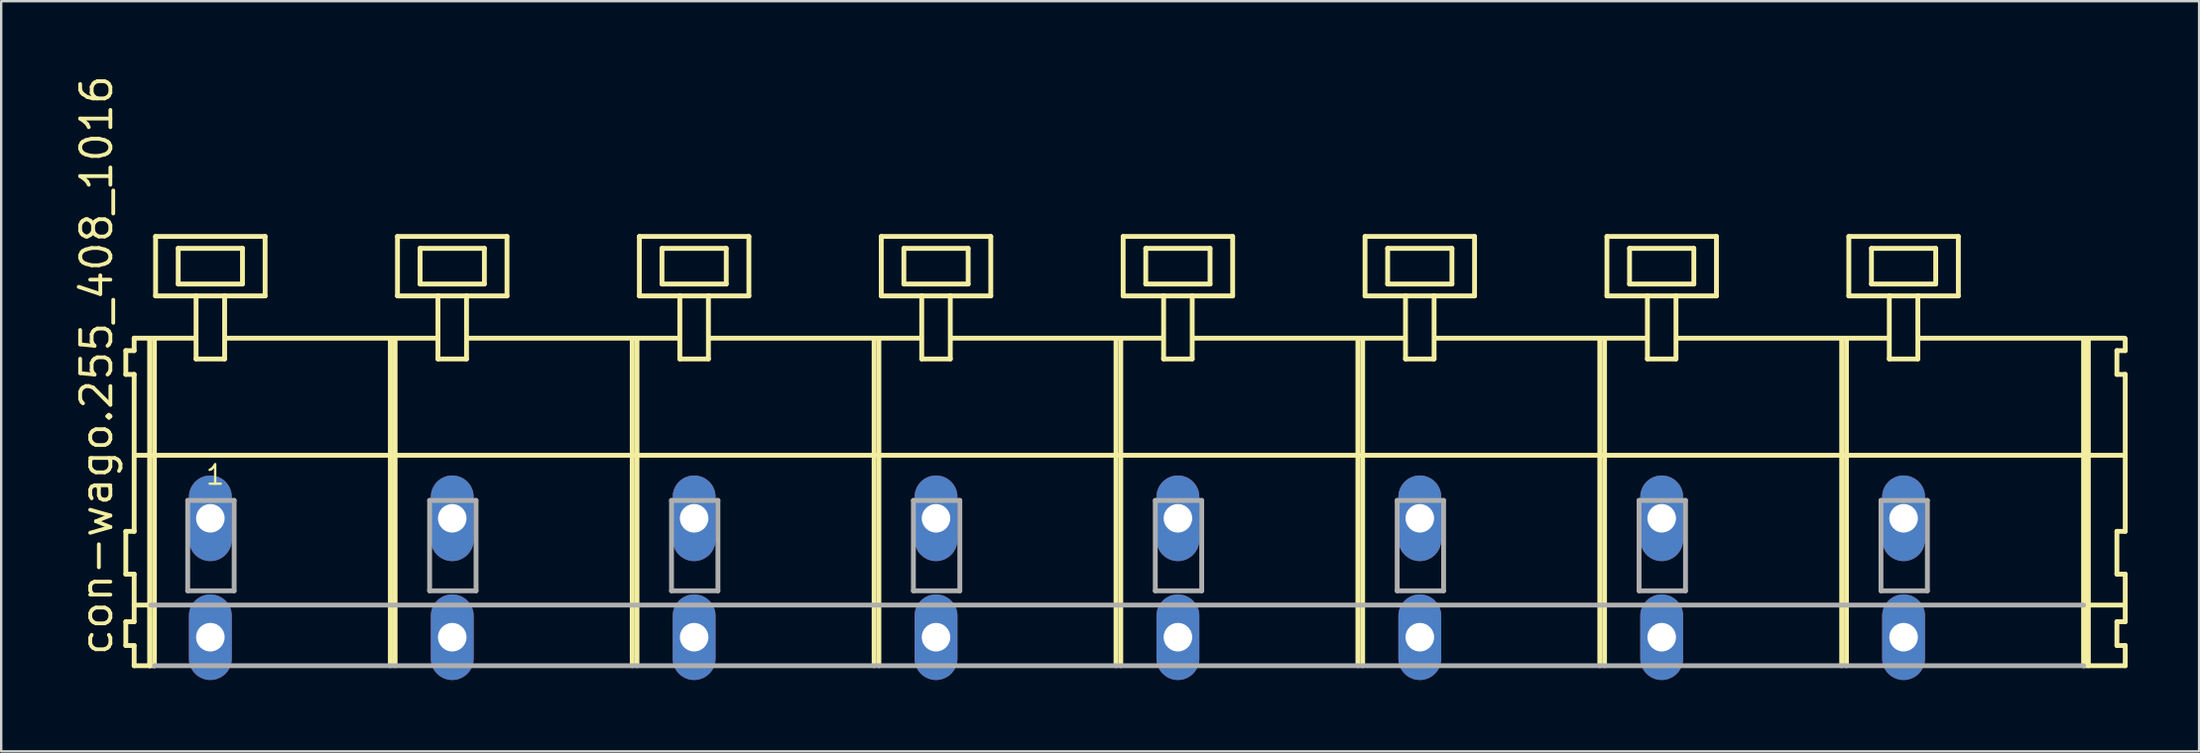
<source format=kicad_pcb>
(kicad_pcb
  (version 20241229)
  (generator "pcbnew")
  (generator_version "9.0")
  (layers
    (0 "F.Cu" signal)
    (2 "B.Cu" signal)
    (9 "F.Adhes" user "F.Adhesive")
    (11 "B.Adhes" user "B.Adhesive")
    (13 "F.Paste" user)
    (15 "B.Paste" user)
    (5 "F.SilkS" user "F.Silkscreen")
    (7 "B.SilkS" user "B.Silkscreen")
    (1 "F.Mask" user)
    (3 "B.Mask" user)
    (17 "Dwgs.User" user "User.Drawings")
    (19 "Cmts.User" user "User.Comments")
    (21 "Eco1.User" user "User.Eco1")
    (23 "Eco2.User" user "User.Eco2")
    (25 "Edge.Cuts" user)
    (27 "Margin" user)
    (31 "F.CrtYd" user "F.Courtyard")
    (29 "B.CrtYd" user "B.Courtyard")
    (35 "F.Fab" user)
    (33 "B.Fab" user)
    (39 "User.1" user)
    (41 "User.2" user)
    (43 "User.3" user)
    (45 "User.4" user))
  (footprint "con-wago.255_408_1016"
    (layer "F.Cu")
    (at 43.885 18.743)
    (property "Reference" "con-wago.255_408_1016" (at -42.135 5.855 90) (layer "F.SilkS") (effects (font (size 1.27 1.27) (thickness 0.16)) (justify left bottom)))
    (attr through_hole)
    (fp_line (start -41.65 -7.05) (end -41.65 -6.05) (stroke (width 0.203) (type default)) (layer "F.SilkS"))
    (fp_line (start -41.65 -6.05) (end -41.3 -6.05) (stroke (width 0.203) (type default)) (layer "F.SilkS"))
    (fp_line (start -41.65 0.55) (end -41.65 2.35) (stroke (width 0.203) (type default)) (layer "F.SilkS"))
    (fp_line (start -41.65 2.35) (end -41.3 2.35) (stroke (width 0.203) (type default)) (layer "F.SilkS"))
    (fp_line (start -41.65 4.35) (end -41.65 5.35) (stroke (width 0.203) (type default)) (layer "F.SilkS"))
    (fp_line (start -41.65 5.35) (end -41.3 5.35) (stroke (width 0.203) (type default)) (layer "F.SilkS"))
    (fp_line (start -41.3 -7.575) (end -41.3 -7.05) (stroke (width 0.203) (type default)) (layer "F.SilkS"))
    (fp_line (start -41.3 -7.575) (end -38.725 -7.575) (stroke (width 0.203) (type default)) (layer "F.SilkS"))
    (fp_line (start -41.3 -7.05) (end -41.65 -7.05) (stroke (width 0.203) (type default)) (layer "F.SilkS"))
    (fp_line (start -41.3 -6.05) (end -41.3 0.55) (stroke (width 0.203) (type default)) (layer "F.SilkS"))
    (fp_line (start -41.3 0.55) (end -41.65 0.55) (stroke (width 0.203) (type default)) (layer "F.SilkS"))
    (fp_line (start -41.3 2.35) (end -41.3 4.35) (stroke (width 0.203) (type default)) (layer "F.SilkS"))
    (fp_line (start -41.3 3.65) (end -40.6 3.65) (stroke (width 0.203) (type default)) (layer "F.SilkS"))
    (fp_line (start -41.3 4.35) (end -41.65 4.35) (stroke (width 0.203) (type default)) (layer "F.SilkS"))
    (fp_line (start -41.3 5.35) (end -41.3 6.2) (stroke (width 0.203) (type default)) (layer "F.SilkS"))
    (fp_line (start -41.3 6.2) (end -40.65 6.2) (stroke (width 0.203) (type default)) (layer "F.SilkS"))
    (fp_line (start -41.25 -2.65) (end 42.28 -2.65) (stroke (width 0.203) (type default)) (layer "F.SilkS"))
    (fp_line (start -40.65 -7.55) (end -40.65 6.2) (stroke (width 0.203) (type default)) (layer "F.SilkS"))
    (fp_line (start -40.65 6.2) (end -40.45 6.2) (stroke (width 0.203) (type default)) (layer "F.SilkS"))
    (fp_line (start -40.45 -7.55) (end -40.45 6.2) (stroke (width 0.203) (type default)) (layer "F.SilkS"))
    (fp_line (start -40.4 -11.85) (end -40.4 -9.35) (stroke (width 0.203) (type default)) (layer "F.SilkS"))
    (fp_line (start -40.4 -9.35) (end -38.7 -9.35) (stroke (width 0.203) (type default)) (layer "F.SilkS"))
    (fp_line (start -39.45 -11.35) (end -39.45 -9.85) (stroke (width 0.203) (type default)) (layer "F.SilkS"))
    (fp_line (start -39.45 -9.85) (end -36.75 -9.85) (stroke (width 0.203) (type default)) (layer "F.SilkS"))
    (fp_line (start -38.7 -9.35) (end -38.7 -6.7) (stroke (width 0.203) (type default)) (layer "F.SilkS"))
    (fp_line (start -38.7 -9.35) (end -37.5 -9.35) (stroke (width 0.203) (type default)) (layer "F.SilkS"))
    (fp_line (start -38.7 -6.7) (end -37.5 -6.7) (stroke (width 0.203) (type default)) (layer "F.SilkS"))
    (fp_line (start -37.5 -9.35) (end -35.8 -9.35) (stroke (width 0.203) (type default)) (layer "F.SilkS"))
    (fp_line (start -37.5 -6.7) (end -37.5 -9.35) (stroke (width 0.203) (type default)) (layer "F.SilkS"))
    (fp_line (start -37.475 -7.575) (end -28.561 -7.575) (stroke (width 0.203) (type default)) (layer "F.SilkS"))
    (fp_line (start -36.75 -11.35) (end -39.45 -11.35) (stroke (width 0.203) (type default)) (layer "F.SilkS"))
    (fp_line (start -36.75 -9.85) (end -36.75 -11.35) (stroke (width 0.203) (type default)) (layer "F.SilkS"))
    (fp_line (start -35.8 -11.85) (end -40.4 -11.85) (stroke (width 0.203) (type default)) (layer "F.SilkS"))
    (fp_line (start -35.8 -9.35) (end -35.8 -11.85) (stroke (width 0.203) (type default)) (layer "F.SilkS"))
    (fp_line (start -30.54 -7.55) (end -30.54 6.2) (stroke (width 0.203) (type default)) (layer "F.SilkS"))
    (fp_line (start -30.34 -7.55) (end -30.34 6.2) (stroke (width 0.203) (type default)) (layer "F.SilkS"))
    (fp_line (start -30.24 -11.85) (end -30.24 -9.35) (stroke (width 0.203) (type default)) (layer "F.SilkS"))
    (fp_line (start -30.24 -9.35) (end -28.54 -9.35) (stroke (width 0.203) (type default)) (layer "F.SilkS"))
    (fp_line (start -29.29 -11.35) (end -29.29 -9.85) (stroke (width 0.203) (type default)) (layer "F.SilkS"))
    (fp_line (start -29.29 -9.85) (end -26.59 -9.85) (stroke (width 0.203) (type default)) (layer "F.SilkS"))
    (fp_line (start -28.54 -9.35) (end -28.54 -6.7) (stroke (width 0.203) (type default)) (layer "F.SilkS"))
    (fp_line (start -28.54 -9.35) (end -27.34 -9.35) (stroke (width 0.203) (type default)) (layer "F.SilkS"))
    (fp_line (start -28.54 -6.7) (end -27.34 -6.7) (stroke (width 0.203) (type default)) (layer "F.SilkS"))
    (fp_line (start -27.34 -9.35) (end -25.64 -9.35) (stroke (width 0.203) (type default)) (layer "F.SilkS"))
    (fp_line (start -27.34 -6.7) (end -27.34 -9.35) (stroke (width 0.203) (type default)) (layer "F.SilkS"))
    (fp_line (start -27.315 -7.575) (end -18.401 -7.575) (stroke (width 0.203) (type default)) (layer "F.SilkS"))
    (fp_line (start -26.59 -11.35) (end -29.29 -11.35) (stroke (width 0.203) (type default)) (layer "F.SilkS"))
    (fp_line (start -26.59 -9.85) (end -26.59 -11.35) (stroke (width 0.203) (type default)) (layer "F.SilkS"))
    (fp_line (start -25.64 -11.85) (end -30.24 -11.85) (stroke (width 0.203) (type default)) (layer "F.SilkS"))
    (fp_line (start -25.64 -9.35) (end -25.64 -11.85) (stroke (width 0.203) (type default)) (layer "F.SilkS"))
    (fp_line (start -20.38 -7.55) (end -20.38 6.2) (stroke (width 0.203) (type default)) (layer "F.SilkS"))
    (fp_line (start -20.18 -7.55) (end -20.18 6.2) (stroke (width 0.203) (type default)) (layer "F.SilkS"))
    (fp_line (start -20.08 -11.85) (end -20.08 -9.35) (stroke (width 0.203) (type default)) (layer "F.SilkS"))
    (fp_line (start -20.08 -9.35) (end -18.38 -9.35) (stroke (width 0.203) (type default)) (layer "F.SilkS"))
    (fp_line (start -19.13 -11.35) (end -19.13 -9.85) (stroke (width 0.203) (type default)) (layer "F.SilkS"))
    (fp_line (start -19.13 -9.85) (end -16.43 -9.85) (stroke (width 0.203) (type default)) (layer "F.SilkS"))
    (fp_line (start -18.38 -9.35) (end -18.38 -6.7) (stroke (width 0.203) (type default)) (layer "F.SilkS"))
    (fp_line (start -18.38 -9.35) (end -17.18 -9.35) (stroke (width 0.203) (type default)) (layer "F.SilkS"))
    (fp_line (start -18.38 -6.7) (end -17.18 -6.7) (stroke (width 0.203) (type default)) (layer "F.SilkS"))
    (fp_line (start -17.18 -9.35) (end -15.48 -9.35) (stroke (width 0.203) (type default)) (layer "F.SilkS"))
    (fp_line (start -17.18 -6.7) (end -17.18 -9.35) (stroke (width 0.203) (type default)) (layer "F.SilkS"))
    (fp_line (start -17.155 -7.575) (end -8.241 -7.575) (stroke (width 0.203) (type default)) (layer "F.SilkS"))
    (fp_line (start -16.43 -11.35) (end -19.13 -11.35) (stroke (width 0.203) (type default)) (layer "F.SilkS"))
    (fp_line (start -16.43 -9.85) (end -16.43 -11.35) (stroke (width 0.203) (type default)) (layer "F.SilkS"))
    (fp_line (start -15.48 -11.85) (end -20.08 -11.85) (stroke (width 0.203) (type default)) (layer "F.SilkS"))
    (fp_line (start -15.48 -9.35) (end -15.48 -11.85) (stroke (width 0.203) (type default)) (layer "F.SilkS"))
    (fp_line (start -10.22 -7.55) (end -10.22 6.2) (stroke (width 0.203) (type default)) (layer "F.SilkS"))
    (fp_line (start -10.02 -7.55) (end -10.02 6.2) (stroke (width 0.203) (type default)) (layer "F.SilkS"))
    (fp_line (start -9.92 -11.85) (end -9.92 -9.35) (stroke (width 0.203) (type default)) (layer "F.SilkS"))
    (fp_line (start -9.92 -9.35) (end -8.22 -9.35) (stroke (width 0.203) (type default)) (layer "F.SilkS"))
    (fp_line (start -8.97 -11.35) (end -8.97 -9.85) (stroke (width 0.203) (type default)) (layer "F.SilkS"))
    (fp_line (start -8.97 -9.85) (end -6.27 -9.85) (stroke (width 0.203) (type default)) (layer "F.SilkS"))
    (fp_line (start -8.22 -9.35) (end -8.22 -6.7) (stroke (width 0.203) (type default)) (layer "F.SilkS"))
    (fp_line (start -8.22 -9.35) (end -7.02 -9.35) (stroke (width 0.203) (type default)) (layer "F.SilkS"))
    (fp_line (start -8.22 -6.7) (end -7.02 -6.7) (stroke (width 0.203) (type default)) (layer "F.SilkS"))
    (fp_line (start -7.02 -9.35) (end -5.32 -9.35) (stroke (width 0.203) (type default)) (layer "F.SilkS"))
    (fp_line (start -7.02 -6.7) (end -7.02 -9.35) (stroke (width 0.203) (type default)) (layer "F.SilkS"))
    (fp_line (start -6.995 -7.575) (end 1.919 -7.575) (stroke (width 0.203) (type default)) (layer "F.SilkS"))
    (fp_line (start -6.27 -11.35) (end -8.97 -11.35) (stroke (width 0.203) (type default)) (layer "F.SilkS"))
    (fp_line (start -6.27 -9.85) (end -6.27 -11.35) (stroke (width 0.203) (type default)) (layer "F.SilkS"))
    (fp_line (start -5.32 -11.85) (end -9.92 -11.85) (stroke (width 0.203) (type default)) (layer "F.SilkS"))
    (fp_line (start -5.32 -9.35) (end -5.32 -11.85) (stroke (width 0.203) (type default)) (layer "F.SilkS"))
    (fp_line (start -0.06 -7.55) (end -0.06 6.2) (stroke (width 0.203) (type default)) (layer "F.SilkS"))
    (fp_line (start 0.14 -7.55) (end 0.14 6.2) (stroke (width 0.203) (type default)) (layer "F.SilkS"))
    (fp_line (start 0.24 -11.85) (end 0.24 -9.35) (stroke (width 0.203) (type default)) (layer "F.SilkS"))
    (fp_line (start 0.24 -9.35) (end 1.94 -9.35) (stroke (width 0.203) (type default)) (layer "F.SilkS"))
    (fp_line (start 1.19 -11.35) (end 1.19 -9.85) (stroke (width 0.203) (type default)) (layer "F.SilkS"))
    (fp_line (start 1.19 -9.85) (end 3.89 -9.85) (stroke (width 0.203) (type default)) (layer "F.SilkS"))
    (fp_line (start 1.94 -9.35) (end 1.94 -6.7) (stroke (width 0.203) (type default)) (layer "F.SilkS"))
    (fp_line (start 1.94 -9.35) (end 3.14 -9.35) (stroke (width 0.203) (type default)) (layer "F.SilkS"))
    (fp_line (start 1.94 -6.7) (end 3.14 -6.7) (stroke (width 0.203) (type default)) (layer "F.SilkS"))
    (fp_line (start 3.14 -9.35) (end 4.84 -9.35) (stroke (width 0.203) (type default)) (layer "F.SilkS"))
    (fp_line (start 3.14 -6.7) (end 3.14 -9.35) (stroke (width 0.203) (type default)) (layer "F.SilkS"))
    (fp_line (start 3.165 -7.575) (end 12.079 -7.575) (stroke (width 0.203) (type default)) (layer "F.SilkS"))
    (fp_line (start 3.89 -11.35) (end 1.19 -11.35) (stroke (width 0.203) (type default)) (layer "F.SilkS"))
    (fp_line (start 3.89 -9.85) (end 3.89 -11.35) (stroke (width 0.203) (type default)) (layer "F.SilkS"))
    (fp_line (start 4.84 -11.85) (end 0.24 -11.85) (stroke (width 0.203) (type default)) (layer "F.SilkS"))
    (fp_line (start 4.84 -9.35) (end 4.84 -11.85) (stroke (width 0.203) (type default)) (layer "F.SilkS"))
    (fp_line (start 10.1 -7.55) (end 10.1 6.2) (stroke (width 0.203) (type default)) (layer "F.SilkS"))
    (fp_line (start 10.3 -7.55) (end 10.3 6.2) (stroke (width 0.203) (type default)) (layer "F.SilkS"))
    (fp_line (start 10.4 -11.85) (end 10.4 -9.35) (stroke (width 0.203) (type default)) (layer "F.SilkS"))
    (fp_line (start 10.4 -9.35) (end 12.1 -9.35) (stroke (width 0.203) (type default)) (layer "F.SilkS"))
    (fp_line (start 11.35 -11.35) (end 11.35 -9.85) (stroke (width 0.203) (type default)) (layer "F.SilkS"))
    (fp_line (start 11.35 -9.85) (end 14.05 -9.85) (stroke (width 0.203) (type default)) (layer "F.SilkS"))
    (fp_line (start 12.1 -9.35) (end 12.1 -6.7) (stroke (width 0.203) (type default)) (layer "F.SilkS"))
    (fp_line (start 12.1 -9.35) (end 13.3 -9.35) (stroke (width 0.203) (type default)) (layer "F.SilkS"))
    (fp_line (start 12.1 -6.7) (end 13.3 -6.7) (stroke (width 0.203) (type default)) (layer "F.SilkS"))
    (fp_line (start 13.3 -9.35) (end 15 -9.35) (stroke (width 0.203) (type default)) (layer "F.SilkS"))
    (fp_line (start 13.3 -6.7) (end 13.3 -9.35) (stroke (width 0.203) (type default)) (layer "F.SilkS"))
    (fp_line (start 13.325 -7.575) (end 22.239 -7.575) (stroke (width 0.203) (type default)) (layer "F.SilkS"))
    (fp_line (start 14.05 -11.35) (end 11.35 -11.35) (stroke (width 0.203) (type default)) (layer "F.SilkS"))
    (fp_line (start 14.05 -9.85) (end 14.05 -11.35) (stroke (width 0.203) (type default)) (layer "F.SilkS"))
    (fp_line (start 15 -11.85) (end 10.4 -11.85) (stroke (width 0.203) (type default)) (layer "F.SilkS"))
    (fp_line (start 15 -9.35) (end 15 -11.85) (stroke (width 0.203) (type default)) (layer "F.SilkS"))
    (fp_line (start 20.26 -7.55) (end 20.26 6.2) (stroke (width 0.203) (type default)) (layer "F.SilkS"))
    (fp_line (start 20.46 -7.55) (end 20.46 6.2) (stroke (width 0.203) (type default)) (layer "F.SilkS"))
    (fp_line (start 20.56 -11.85) (end 20.56 -9.35) (stroke (width 0.203) (type default)) (layer "F.SilkS"))
    (fp_line (start 20.56 -9.35) (end 22.26 -9.35) (stroke (width 0.203) (type default)) (layer "F.SilkS"))
    (fp_line (start 21.51 -11.35) (end 21.51 -9.85) (stroke (width 0.203) (type default)) (layer "F.SilkS"))
    (fp_line (start 21.51 -9.85) (end 24.21 -9.85) (stroke (width 0.203) (type default)) (layer "F.SilkS"))
    (fp_line (start 22.26 -9.35) (end 22.26 -6.7) (stroke (width 0.203) (type default)) (layer "F.SilkS"))
    (fp_line (start 22.26 -9.35) (end 23.46 -9.35) (stroke (width 0.203) (type default)) (layer "F.SilkS"))
    (fp_line (start 22.26 -6.7) (end 23.46 -6.7) (stroke (width 0.203) (type default)) (layer "F.SilkS"))
    (fp_line (start 23.46 -9.35) (end 25.16 -9.35) (stroke (width 0.203) (type default)) (layer "F.SilkS"))
    (fp_line (start 23.46 -6.7) (end 23.46 -9.35) (stroke (width 0.203) (type default)) (layer "F.SilkS"))
    (fp_line (start 23.485 -7.575) (end 32.399 -7.575) (stroke (width 0.203) (type default)) (layer "F.SilkS"))
    (fp_line (start 24.21 -11.35) (end 21.51 -11.35) (stroke (width 0.203) (type default)) (layer "F.SilkS"))
    (fp_line (start 24.21 -9.85) (end 24.21 -11.35) (stroke (width 0.203) (type default)) (layer "F.SilkS"))
    (fp_line (start 25.16 -11.85) (end 20.56 -11.85) (stroke (width 0.203) (type default)) (layer "F.SilkS"))
    (fp_line (start 25.16 -9.35) (end 25.16 -11.85) (stroke (width 0.203) (type default)) (layer "F.SilkS"))
    (fp_line (start 30.42 -7.55) (end 30.42 6.2) (stroke (width 0.203) (type default)) (layer "F.SilkS"))
    (fp_line (start 30.62 -7.55) (end 30.62 6.2) (stroke (width 0.203) (type default)) (layer "F.SilkS"))
    (fp_line (start 30.72 -11.85) (end 30.72 -9.35) (stroke (width 0.203) (type default)) (layer "F.SilkS"))
    (fp_line (start 30.72 -9.35) (end 32.42 -9.35) (stroke (width 0.203) (type default)) (layer "F.SilkS"))
    (fp_line (start 31.67 -11.35) (end 31.67 -9.85) (stroke (width 0.203) (type default)) (layer "F.SilkS"))
    (fp_line (start 31.67 -9.85) (end 34.37 -9.85) (stroke (width 0.203) (type default)) (layer "F.SilkS"))
    (fp_line (start 32.42 -9.35) (end 32.42 -6.7) (stroke (width 0.203) (type default)) (layer "F.SilkS"))
    (fp_line (start 32.42 -9.35) (end 33.62 -9.35) (stroke (width 0.203) (type default)) (layer "F.SilkS"))
    (fp_line (start 32.42 -6.7) (end 33.62 -6.7) (stroke (width 0.203) (type default)) (layer "F.SilkS"))
    (fp_line (start 33.62 -9.35) (end 35.32 -9.35) (stroke (width 0.203) (type default)) (layer "F.SilkS"))
    (fp_line (start 33.62 -6.7) (end 33.62 -9.35) (stroke (width 0.203) (type default)) (layer "F.SilkS"))
    (fp_line (start 33.645 -7.575) (end 42.305 -7.575) (stroke (width 0.203) (type default)) (layer "F.SilkS"))
    (fp_line (start 34.37 -11.35) (end 31.67 -11.35) (stroke (width 0.203) (type default)) (layer "F.SilkS"))
    (fp_line (start 34.37 -9.85) (end 34.37 -11.35) (stroke (width 0.203) (type default)) (layer "F.SilkS"))
    (fp_line (start 35.32 -11.85) (end 30.72 -11.85) (stroke (width 0.203) (type default)) (layer "F.SilkS"))
    (fp_line (start 35.32 -9.35) (end 35.32 -11.85) (stroke (width 0.203) (type default)) (layer "F.SilkS"))
    (fp_line (start 40.58 -7.55) (end 40.58 6.2) (stroke (width 0.203) (type default)) (layer "F.SilkS"))
    (fp_line (start 40.58 6.2) (end 42.33 6.2) (stroke (width 0.203) (type default)) (layer "F.SilkS"))
    (fp_line (start 40.63 3.65) (end 42.33 3.65) (stroke (width 0.203) (type default)) (layer "F.SilkS"))
    (fp_line (start 40.78 -7.55) (end 40.78 6.2) (stroke (width 0.203) (type default)) (layer "F.SilkS"))
    (fp_line (start 41.98 -7.05) (end 41.98 -6.05) (stroke (width 0.203) (type default)) (layer "F.SilkS"))
    (fp_line (start 41.98 -6.05) (end 42.33 -6.05) (stroke (width 0.203) (type default)) (layer "F.SilkS"))
    (fp_line (start 41.98 0.55) (end 41.98 2.35) (stroke (width 0.203) (type default)) (layer "F.SilkS"))
    (fp_line (start 41.98 2.35) (end 42.33 2.35) (stroke (width 0.203) (type default)) (layer "F.SilkS"))
    (fp_line (start 41.98 4.35) (end 41.98 5.35) (stroke (width 0.203) (type default)) (layer "F.SilkS"))
    (fp_line (start 41.98 5.35) (end 42.33 5.35) (stroke (width 0.203) (type default)) (layer "F.SilkS"))
    (fp_line (start 42.33 -7.05) (end 41.98 -7.05) (stroke (width 0.203) (type default)) (layer "F.SilkS"))
    (fp_line (start 42.33 -7.05) (end 42.33 -7.55) (stroke (width 0.203) (type default)) (layer "F.SilkS"))
    (fp_line (start 42.33 0.55) (end 41.98 0.55) (stroke (width 0.203) (type default)) (layer "F.SilkS"))
    (fp_line (start 42.33 0.55) (end 42.33 -6.05) (stroke (width 0.203) (type default)) (layer "F.SilkS"))
    (fp_line (start 42.33 3.65) (end 42.33 2.35) (stroke (width 0.203) (type default)) (layer "F.SilkS"))
    (fp_line (start 42.33 4.35) (end 41.98 4.35) (stroke (width 0.203) (type default)) (layer "F.SilkS"))
    (fp_line (start 42.33 4.35) (end 42.33 3.65) (stroke (width 0.203) (type default)) (layer "F.SilkS"))
    (fp_line (start 42.33 6.2) (end 42.33 5.35) (stroke (width 0.203) (type default)) (layer "F.SilkS"))
    (fp_line (start -40.6 3.65) (end 40.58 3.65) (stroke (width 0.203) (type default)) (layer "F.Fab"))
    (fp_line (start -40.45 6.2) (end 40.58 6.2) (stroke (width 0.203) (type default)) (layer "F.Fab"))
    (fp_line (start -39.05 -0.75) (end -39.05 3.05) (stroke (width 0.203) (type default)) (layer "F.Fab"))
    (fp_line (start -39.05 3.05) (end -37.1 3.05) (stroke (width 0.203) (type default)) (layer "F.Fab"))
    (fp_line (start -37.1 -0.75) (end -39.05 -0.75) (stroke (width 0.203) (type default)) (layer "F.Fab"))
    (fp_line (start -37.1 3.05) (end -37.1 -0.75) (stroke (width 0.203) (type default)) (layer "F.Fab"))
    (fp_line (start -28.89 -0.75) (end -28.89 3.05) (stroke (width 0.203) (type default)) (layer "F.Fab"))
    (fp_line (start -28.89 3.05) (end -26.94 3.05) (stroke (width 0.203) (type default)) (layer "F.Fab"))
    (fp_line (start -26.94 -0.75) (end -28.89 -0.75) (stroke (width 0.203) (type default)) (layer "F.Fab"))
    (fp_line (start -26.94 3.05) (end -26.94 -0.75) (stroke (width 0.203) (type default)) (layer "F.Fab"))
    (fp_line (start -18.73 -0.75) (end -18.73 3.05) (stroke (width 0.203) (type default)) (layer "F.Fab"))
    (fp_line (start -18.73 3.05) (end -16.78 3.05) (stroke (width 0.203) (type default)) (layer "F.Fab"))
    (fp_line (start -16.78 -0.75) (end -18.73 -0.75) (stroke (width 0.203) (type default)) (layer "F.Fab"))
    (fp_line (start -16.78 3.05) (end -16.78 -0.75) (stroke (width 0.203) (type default)) (layer "F.Fab"))
    (fp_line (start -8.57 -0.75) (end -8.57 3.05) (stroke (width 0.203) (type default)) (layer "F.Fab"))
    (fp_line (start -8.57 3.05) (end -6.62 3.05) (stroke (width 0.203) (type default)) (layer "F.Fab"))
    (fp_line (start -6.62 -0.75) (end -8.57 -0.75) (stroke (width 0.203) (type default)) (layer "F.Fab"))
    (fp_line (start -6.62 3.05) (end -6.62 -0.75) (stroke (width 0.203) (type default)) (layer "F.Fab"))
    (fp_line (start 1.59 -0.75) (end 1.59 3.05) (stroke (width 0.203) (type default)) (layer "F.Fab"))
    (fp_line (start 1.59 3.05) (end 3.54 3.05) (stroke (width 0.203) (type default)) (layer "F.Fab"))
    (fp_line (start 3.54 -0.75) (end 1.59 -0.75) (stroke (width 0.203) (type default)) (layer "F.Fab"))
    (fp_line (start 3.54 3.05) (end 3.54 -0.75) (stroke (width 0.203) (type default)) (layer "F.Fab"))
    (fp_line (start 11.75 -0.75) (end 11.75 3.05) (stroke (width 0.203) (type default)) (layer "F.Fab"))
    (fp_line (start 11.75 3.05) (end 13.7 3.05) (stroke (width 0.203) (type default)) (layer "F.Fab"))
    (fp_line (start 13.7 -0.75) (end 11.75 -0.75) (stroke (width 0.203) (type default)) (layer "F.Fab"))
    (fp_line (start 13.7 3.05) (end 13.7 -0.75) (stroke (width 0.203) (type default)) (layer "F.Fab"))
    (fp_line (start 21.91 -0.75) (end 21.91 3.05) (stroke (width 0.203) (type default)) (layer "F.Fab"))
    (fp_line (start 21.91 3.05) (end 23.86 3.05) (stroke (width 0.203) (type default)) (layer "F.Fab"))
    (fp_line (start 23.86 -0.75) (end 21.91 -0.75) (stroke (width 0.203) (type default)) (layer "F.Fab"))
    (fp_line (start 23.86 3.05) (end 23.86 -0.75) (stroke (width 0.203) (type default)) (layer "F.Fab"))
    (fp_line (start 32.07 -0.75) (end 32.07 3.05) (stroke (width 0.203) (type default)) (layer "F.Fab"))
    (fp_line (start 32.07 3.05) (end 34.02 3.05) (stroke (width 0.203) (type default)) (layer "F.Fab"))
    (fp_line (start 34.02 -0.75) (end 32.07 -0.75) (stroke (width 0.203) (type default)) (layer "F.Fab"))
    (fp_line (start 34.02 3.05) (end 34.02 -0.75) (stroke (width 0.203) (type default)) (layer "F.Fab"))
    (fp_text user "1" (at -38.35 -1.35 0) (layer "F.SilkS") (effects (font (size 0.813 0.813) (thickness 0.1)) (justify left bottom)))
    (pad "A1" thru_hole oval (at -38.1 0 90) (size 3.6 1.8) (drill 1.2) (layers "*.Cu" "*.Mask"))
    (pad "A2" thru_hole oval (at -27.94 0 90) (size 3.6 1.8) (drill 1.2) (layers "*.Cu" "*.Mask"))
    (pad "A3" thru_hole oval (at -17.78 0 90) (size 3.6 1.8) (drill 1.2) (layers "*.Cu" "*.Mask"))
    (pad "A4" thru_hole oval (at -7.62 0 90) (size 3.6 1.8) (drill 1.2) (layers "*.Cu" "*.Mask"))
    (pad "A5" thru_hole oval (at 2.54 0 90) (size 3.6 1.8) (drill 1.2) (layers "*.Cu" "*.Mask"))
    (pad "A6" thru_hole oval (at 12.7 0 90) (size 3.6 1.8) (drill 1.2) (layers "*.Cu" "*.Mask"))
    (pad "A7" thru_hole oval (at 22.86 0 90) (size 3.6 1.8) (drill 1.2) (layers "*.Cu" "*.Mask"))
    (pad "A8" thru_hole oval (at 33.02 0 90) (size 3.6 1.8) (drill 1.2) (layers "*.Cu" "*.Mask"))
    (pad "B1" thru_hole oval (at -38.1 5 90) (size 3.6 1.8) (drill 1.2) (layers "*.Cu" "*.Mask"))
    (pad "B2" thru_hole oval (at -27.94 5 90) (size 3.6 1.8) (drill 1.2) (layers "*.Cu" "*.Mask"))
    (pad "B3" thru_hole oval (at -17.78 5 90) (size 3.6 1.8) (drill 1.2) (layers "*.Cu" "*.Mask"))
    (pad "B4" thru_hole oval (at -7.62 5 90) (size 3.6 1.8) (drill 1.2) (layers "*.Cu" "*.Mask"))
    (pad "B5" thru_hole oval (at 2.54 5 90) (size 3.6 1.8) (drill 1.2) (layers "*.Cu" "*.Mask"))
    (pad "B6" thru_hole oval (at 12.7 5 90) (size 3.6 1.8) (drill 1.2) (layers "*.Cu" "*.Mask"))
    (pad "B7" thru_hole oval (at 22.86 5 90) (size 3.6 1.8) (drill 1.2) (layers "*.Cu" "*.Mask"))
    (pad "B8" thru_hole oval (at 33.02 5 90) (size 3.6 1.8) (drill 1.2) (layers "*.Cu" "*.Mask")))
  (gr_rect
    (start -3 -3)
    (end 89.317 28.543)
    (stroke (width 0.1) (type default))
    (fill no)
    (layer "Edge.Cuts")))
</source>
